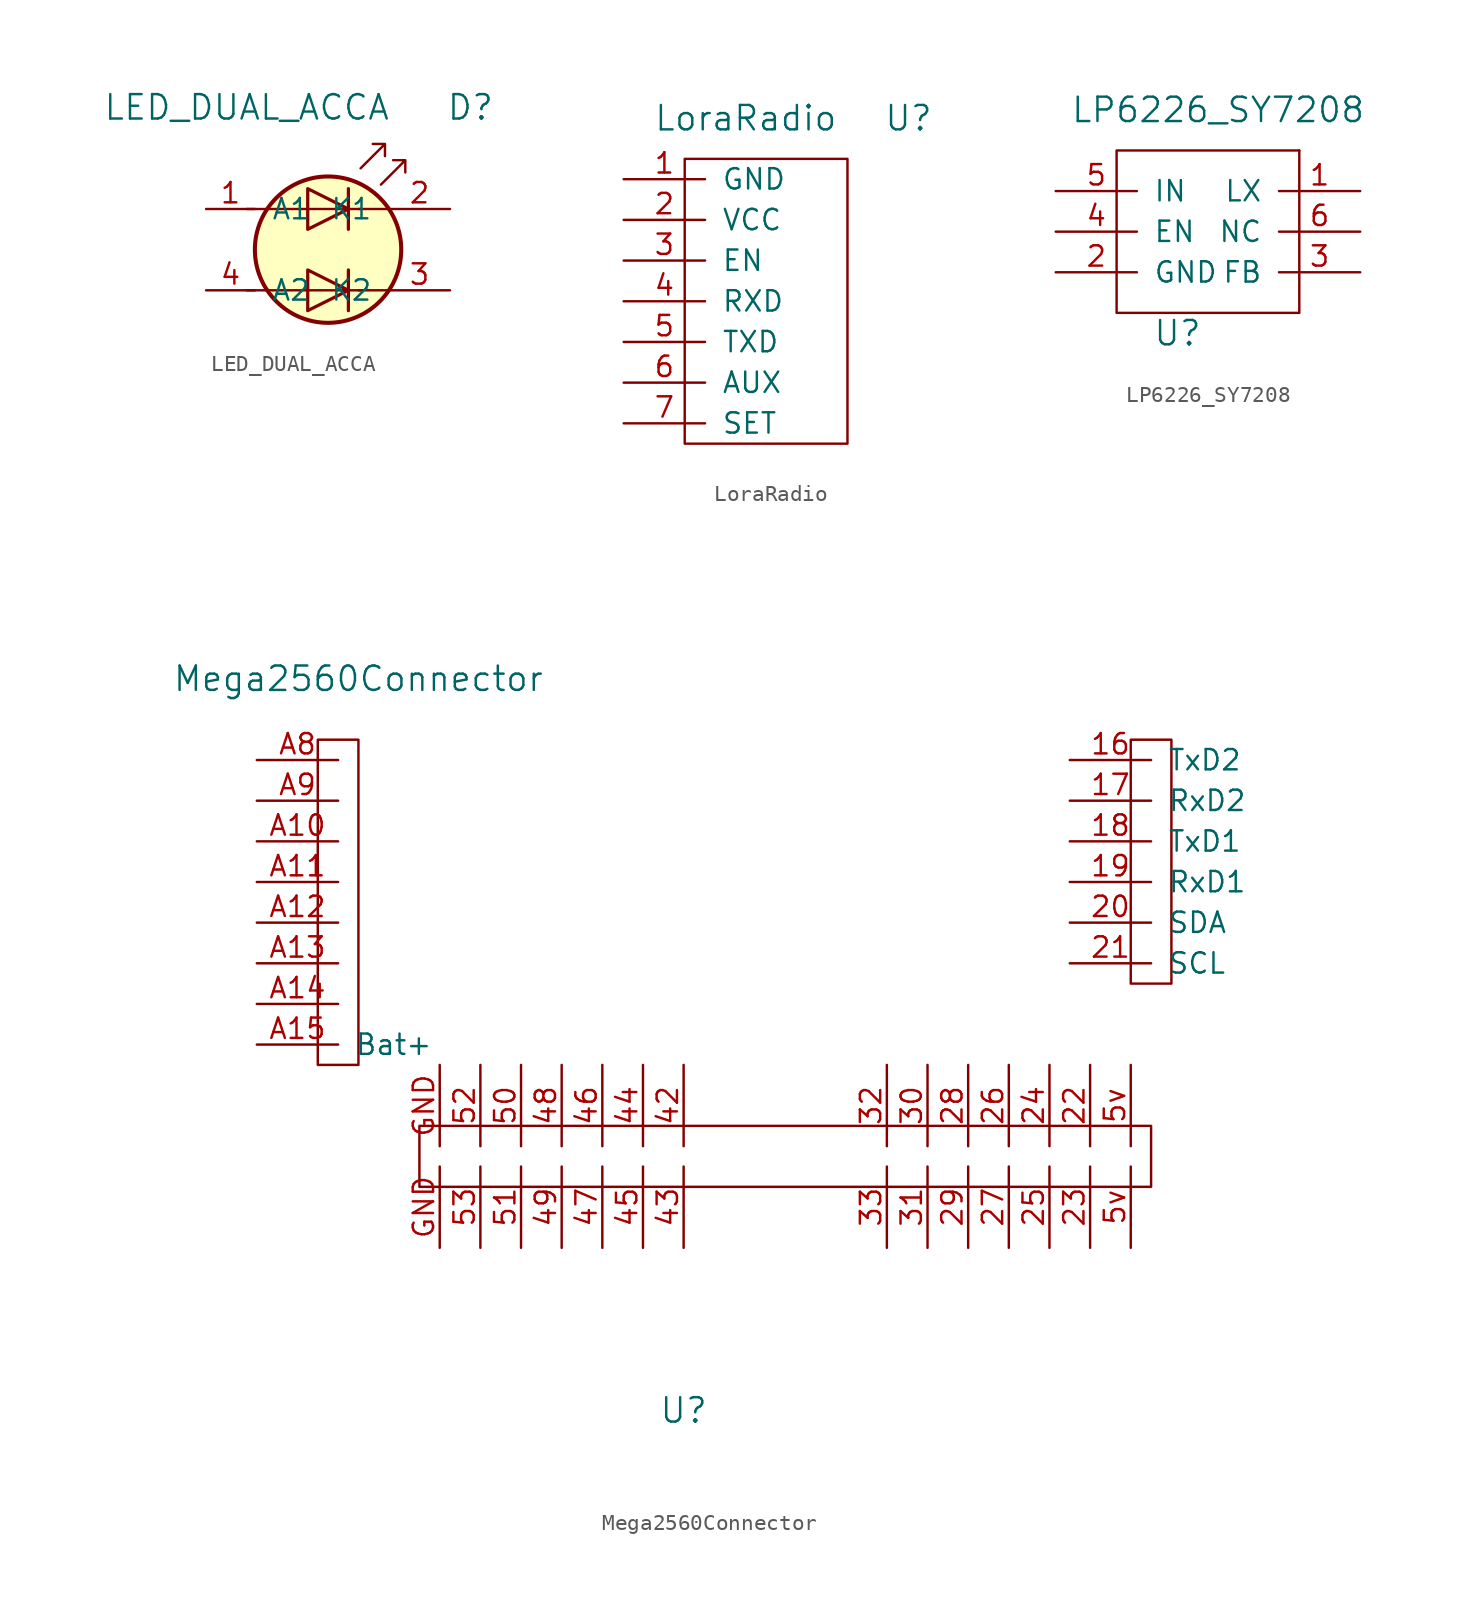
<source format=kicad_sym>
(kicad_symbol_lib
  (version 20220914)
  (generator kicad_symbol_editor)
  (symbol "LED_DUAL_ACCA"
    (pin_names
      (offset 1.016))
    (property "Reference" "D"
      (at 8.89 8.89 0)
      (effects (font (size 1.524 1.524))))
    (property "Value" "LED_DUAL_ACCA"
      (at -5.08 8.89 0)
      (effects (font (size 1.524 1.524))))
    (symbol "LED_DUAL_ACCA_1_1"
      (polyline (pts (xy -5.08 -2.54) (xy 2.032 -2.54)) (stroke (width 0) (type default)) (fill (type none)))
      (polyline (pts (xy -5.08 2.54) (xy 2.032 2.54)) (stroke (width 0) (type default)) (fill (type none)))
      (polyline (pts (xy 1.27 -1.27) (xy 1.27 -3.81)) (stroke (width 0.203) (type default)) (fill (type none)))
      (polyline (pts (xy 1.27 3.81) (xy 1.27 1.27)) (stroke (width 0.203) (type default)) (fill (type none)))
      (polyline (pts (xy 3.81 -2.54) (xy 1.905 -2.54)) (stroke (width 0) (type default)) (fill (type none)))
      (polyline (pts (xy 3.81 2.54) (xy 1.905 2.54)) (stroke (width 0) (type default)) (fill (type none)))
      (polyline (pts (xy -1.27 -1.27) (xy -1.27 -3.81) (xy 1.27 -2.54) (xy -1.27 -1.27)) (stroke (width 0.203) (type default)) (fill (type none)))
      (polyline (pts (xy -1.27 3.81) (xy -1.27 1.27) (xy 1.27 2.54) (xy -1.27 3.81)) (stroke (width 0.203) (type default)) (fill (type none)))
      (polyline (pts (xy 2.032 5.08) (xy 3.556 6.604) (xy 2.794 6.604) (xy 3.556 6.604) (xy 3.556 5.842)) (stroke (width 0) (type default)) (fill (type none)))
      (polyline (pts (xy 3.302 4.064) (xy 4.826 5.588) (xy 4.064 5.588) (xy 4.826 5.588) (xy 4.826 4.826)) (stroke (width 0) (type default)) (fill (type none)))
      (circle (center 0 0) (radius 4.572) (stroke (width 0.254) (type default)) (fill (type background)))
      (pin input line (at -7.62 2.54 0) (length 3.048) (name "A1" (effects (font (size 1.27 1.27)))) (number "1" (effects (font (size 1.27 1.27)))))
      (pin input line (at 7.62 2.54 180) (length 3.81) (name "K1" (effects (font (size 1.27 1.27)))) (number "2" (effects (font (size 1.27 1.27)))))
      (pin input line (at 7.62 -2.54 180) (length 3.81) (name "K2" (effects (font (size 1.27 1.27)))) (number "3" (effects (font (size 1.27 1.27)))))
      (pin input line (at -7.62 -2.54 0) (length 3.048) (name "A2" (effects (font (size 1.27 1.27)))) (number "4" (effects (font (size 1.27 1.27)))))))
  (symbol "LoraRadio"
    (pin_names
      (offset 1.016))
    (property "Reference" "U"
      (at 8.89 11.43 0)
      (effects (font (size 1.524 1.524))))
    (property "Value" "LoraRadio"
      (at -1.27 11.43 0)
      (effects (font (size 1.524 1.524))))
    (symbol "LoraRadio_0_1"
      (rectangle (start -5.08 8.89) (end 5.08 -8.89) (stroke (width 0) (type default)) (fill (type none))))
    (symbol "LoraRadio_1_1"
      (pin power_in line (at -8.89 7.62 0) (length 5.08) (name "GND" (effects (font (size 1.27 1.27)))) (number "1" (effects (font (size 1.27 1.27)))))
      (pin power_in line (at -8.89 5.08 0) (length 5.08) (name "VCC" (effects (font (size 1.27 1.27)))) (number "2" (effects (font (size 1.27 1.27)))))
      (pin input line (at -8.89 2.54 0) (length 5.08) (name "EN" (effects (font (size 1.27 1.27)))) (number "3" (effects (font (size 1.27 1.27)))))
      (pin input line (at -8.89 0 0) (length 5.08) (name "RXD" (effects (font (size 1.27 1.27)))) (number "4" (effects (font (size 1.27 1.27)))))
      (pin output line (at -8.89 -2.54 0) (length 5.08) (name "TXD" (effects (font (size 1.27 1.27)))) (number "5" (effects (font (size 1.27 1.27)))))
      (pin output line (at -8.89 -5.08 0) (length 5.08) (name "AUX" (effects (font (size 1.27 1.27)))) (number "6" (effects (font (size 1.27 1.27)))))
      (pin input line (at -8.89 -7.62 0) (length 5.08) (name "SET" (effects (font (size 1.27 1.27)))) (number "7" (effects (font (size 1.27 1.27)))))))
  (symbol "LP6226_SY7208"
    (pin_names
      (offset 1.016))
    (property "Reference" "U"
      (at -2.54 -6.35 0)
      (effects (font (size 1.524 1.524))))
    (property "Value" "LP6226_SY7208"
      (at 0 7.62 0)
      (effects (font (size 1.524 1.524))))
    (symbol "LP6226_SY7208_0_1"
      (rectangle (start 5.08 5.08) (end -6.35 -5.08) (stroke (width 0) (type default)) (fill (type none)))
      (rectangle (start 5.08 5.08) (end 5.08 5.08) (stroke (width 0) (type default)) (fill (type none))))
    (symbol "LP6226_SY7208_1_1"
      (pin output line (at 8.89 2.54 180) (length 5.08) (name "LX" (effects (font (size 1.27 1.27)))) (number "1" (effects (font (size 1.27 1.27)))))
      (pin power_in line (at -10.16 -2.54 0) (length 5.08) (name "GND" (effects (font (size 1.27 1.27)))) (number "2" (effects (font (size 1.27 1.27)))))
      (pin output line (at 8.89 -2.54 180) (length 5.08) (name "FB" (effects (font (size 1.27 1.27)))) (number "3" (effects (font (size 1.27 1.27)))))
      (pin input line (at -10.16 0 0) (length 5.08) (name "EN" (effects (font (size 1.27 1.27)))) (number "4" (effects (font (size 1.27 1.27)))))
      (pin input line (at -10.16 2.54 0) (length 5.08) (name "IN" (effects (font (size 1.27 1.27)))) (number "5" (effects (font (size 1.27 1.27)))))
      (pin output line (at 8.89 0 180) (length 5.08) (name "NC" (effects (font (size 1.27 1.27)))) (number "6" (effects (font (size 1.27 1.27)))))))
  (symbol "Mega2560Connector"
    (pin_names
      (offset 1.016))
    (property "Reference" "U"
      (at 0 0 0)
      (effects (font (size 1.524 1.524))))
    (property "Value" "Mega2560Connector"
      (at -20.32 45.72 0)
      (effects (font (size 1.524 1.524))))
    (property "Footprint" ""
      (at 0 0 0)
      (effects (font (size 1.524 1.524))))
    (property "Datasheet" ""
      (at 0 0 0)
      (effects (font (size 1.524 1.524))))
    (symbol "Mega2560Connector_0_1"
      (rectangle (start -22.86 21.59) (end -20.32 41.91) (stroke (width 0) (type default)) (fill (type none)))
      (rectangle (start -16.51 17.78) (end 29.21 13.97) (stroke (width 0) (type default)) (fill (type none)))
      (rectangle (start 27.94 26.67) (end 30.48 41.91) (stroke (width 0) (type default)) (fill (type none))))
    (symbol "Mega2560Connector_1_1"
      (pin input line (at 24.13 40.64 0) (length 5.08) (name "TxD2" (effects (font (size 1.27 1.27)))) (number "16" (effects (font (size 1.27 1.27)))))
      (pin input line (at 24.13 38.1 0) (length 5.08) (name "RxD2" (effects (font (size 1.27 1.27)))) (number "17" (effects (font (size 1.27 1.27)))))
      (pin output line (at 24.13 35.56 0) (length 5.08) (name "TxD1" (effects (font (size 1.27 1.27)))) (number "18" (effects (font (size 1.27 1.27)))))
      (pin input line (at 24.13 33.02 0) (length 5.08) (name "RxD1" (effects (font (size 1.27 1.27)))) (number "19" (effects (font (size 1.27 1.27)))))
      (pin input line (at 24.13 30.48 0) (length 5.08) (name "SDA" (effects (font (size 1.27 1.27)))) (number "20" (effects (font (size 1.27 1.27)))))
      (pin input line (at 24.13 27.94 0) (length 5.08) (name "SCL" (effects (font (size 1.27 1.27)))) (number "21" (effects (font (size 1.27 1.27)))))
      (pin input line (at 25.4 21.59 270) (length 5.08) (name "~" (effects (font (size 1.27 1.27)))) (number "22" (effects (font (size 1.27 1.27)))))
      (pin input line (at 25.4 10.16 90) (length 5.08) (name "~" (effects (font (size 1.27 1.27)))) (number "23" (effects (font (size 1.27 1.27)))))
      (pin input line (at 22.86 21.59 270) (length 5.08) (name "~" (effects (font (size 1.27 1.27)))) (number "24" (effects (font (size 1.27 1.27)))))
      (pin input line (at 22.86 10.16 90) (length 5.08) (name "~" (effects (font (size 1.27 1.27)))) (number "25" (effects (font (size 1.27 1.27)))))
      (pin input line (at 20.32 21.59 270) (length 5.08) (name "~" (effects (font (size 1.27 1.27)))) (number "26" (effects (font (size 1.27 1.27)))))
      (pin input line (at 20.32 10.16 90) (length 5.08) (name "~" (effects (font (size 1.27 1.27)))) (number "27" (effects (font (size 1.27 1.27)))))
      (pin input line (at 17.78 21.59 270) (length 5.08) (name "~" (effects (font (size 1.27 1.27)))) (number "28" (effects (font (size 1.27 1.27)))))
      (pin input line (at 17.78 10.16 90) (length 5.08) (name "~" (effects (font (size 1.27 1.27)))) (number "29" (effects (font (size 1.27 1.27)))))
      (pin input line (at 15.24 21.59 270) (length 5.08) (name "~" (effects (font (size 1.27 1.27)))) (number "30" (effects (font (size 1.27 1.27)))))
      (pin input line (at 15.24 10.16 90) (length 5.08) (name "~" (effects (font (size 1.27 1.27)))) (number "31" (effects (font (size 1.27 1.27)))))
      (pin input line (at 12.7 21.59 270) (length 5.08) (name "~" (effects (font (size 1.27 1.27)))) (number "32" (effects (font (size 1.27 1.27)))))
      (pin input line (at 12.7 10.16 90) (length 5.08) (name "~" (effects (font (size 1.27 1.27)))) (number "33" (effects (font (size 1.27 1.27)))))
      (pin input line (at 0 21.59 270) (length 5.08) (name "~" (effects (font (size 1.27 1.27)))) (number "42" (effects (font (size 1.27 1.27)))))
      (pin input line (at 0 10.16 90) (length 5.08) (name "~" (effects (font (size 1.27 1.27)))) (number "43" (effects (font (size 1.27 1.27)))))
      (pin input line (at -2.54 21.59 270) (length 5.08) (name "~" (effects (font (size 1.27 1.27)))) (number "44" (effects (font (size 1.27 1.27)))))
      (pin input line (at -2.54 10.16 90) (length 5.08) (name "~" (effects (font (size 1.27 1.27)))) (number "45" (effects (font (size 1.27 1.27)))))
      (pin input line (at -5.08 21.59 270) (length 5.08) (name "~" (effects (font (size 1.27 1.27)))) (number "46" (effects (font (size 1.27 1.27)))))
      (pin input line (at -5.08 10.16 90) (length 5.08) (name "~" (effects (font (size 1.27 1.27)))) (number "47" (effects (font (size 1.27 1.27)))))
      (pin input line (at -7.62 21.59 270) (length 5.08) (name "~" (effects (font (size 1.27 1.27)))) (number "48" (effects (font (size 1.27 1.27)))))
      (pin input line (at -7.62 10.16 90) (length 5.08) (name "~" (effects (font (size 1.27 1.27)))) (number "49" (effects (font (size 1.27 1.27)))))
      (pin input line (at -10.16 21.59 270) (length 5.08) (name "~" (effects (font (size 1.27 1.27)))) (number "50" (effects (font (size 1.27 1.27)))))
      (pin input line (at -10.16 10.16 90) (length 5.08) (name "~" (effects (font (size 1.27 1.27)))) (number "51" (effects (font (size 1.27 1.27)))))
      (pin input line (at -12.7 21.59 270) (length 5.08) (name "~" (effects (font (size 1.27 1.27)))) (number "52" (effects (font (size 1.27 1.27)))))
      (pin input line (at -12.7 10.16 90) (length 5.08) (name "~" (effects (font (size 1.27 1.27)))) (number "53" (effects (font (size 1.27 1.27)))))
      (pin input line (at 27.94 10.16 90) (length 5.08) (name "~" (effects (font (size 1.27 1.27)))) (number "5v" (effects (font (size 1.27 1.27)))))
      (pin input line (at 27.94 21.59 270) (length 5.08) (name "~" (effects (font (size 1.27 1.27)))) (number "5v" (effects (font (size 1.27 1.27)))))
      (pin input line (at -26.67 35.56 0) (length 5.08) (name "~" (effects (font (size 1.27 1.27)))) (number "A10" (effects (font (size 1.27 1.27)))))
      (pin input line (at -26.67 33.02 0) (length 5.08) (name "~" (effects (font (size 1.27 1.27)))) (number "A11" (effects (font (size 1.27 1.27)))))
      (pin input line (at -26.67 30.48 0) (length 5.08) (name "~" (effects (font (size 1.27 1.27)))) (number "A12" (effects (font (size 1.27 1.27)))))
      (pin input line (at -26.67 27.94 0) (length 5.08) (name "~" (effects (font (size 1.27 1.27)))) (number "A13" (effects (font (size 1.27 1.27)))))
      (pin input line (at -26.67 25.4 0) (length 5.08) (name "~" (effects (font (size 1.27 1.27)))) (number "A14" (effects (font (size 1.27 1.27)))))
      (pin input line (at -26.67 22.86 0) (length 5.08) (name "Bat+" (effects (font (size 1.27 1.27)))) (number "A15" (effects (font (size 1.27 1.27)))))
      (pin input line (at -26.67 40.64 0) (length 5.08) (name "~" (effects (font (size 1.27 1.27)))) (number "A8" (effects (font (size 1.27 1.27)))))
      (pin input line (at -26.67 38.1 0) (length 5.08) (name "~" (effects (font (size 1.27 1.27)))) (number "A9" (effects (font (size 1.27 1.27)))))
      (pin input line (at -15.24 10.16 90) (length 5.08) (name "~" (effects (font (size 1.27 1.27)))) (number "GND" (effects (font (size 1.27 1.27)))))
      (pin input line (at -15.24 21.59 270) (length 5.08) (name "~" (effects (font (size 1.27 1.27)))) (number "GND" (effects (font (size 1.27 1.27))))))))
</source>
